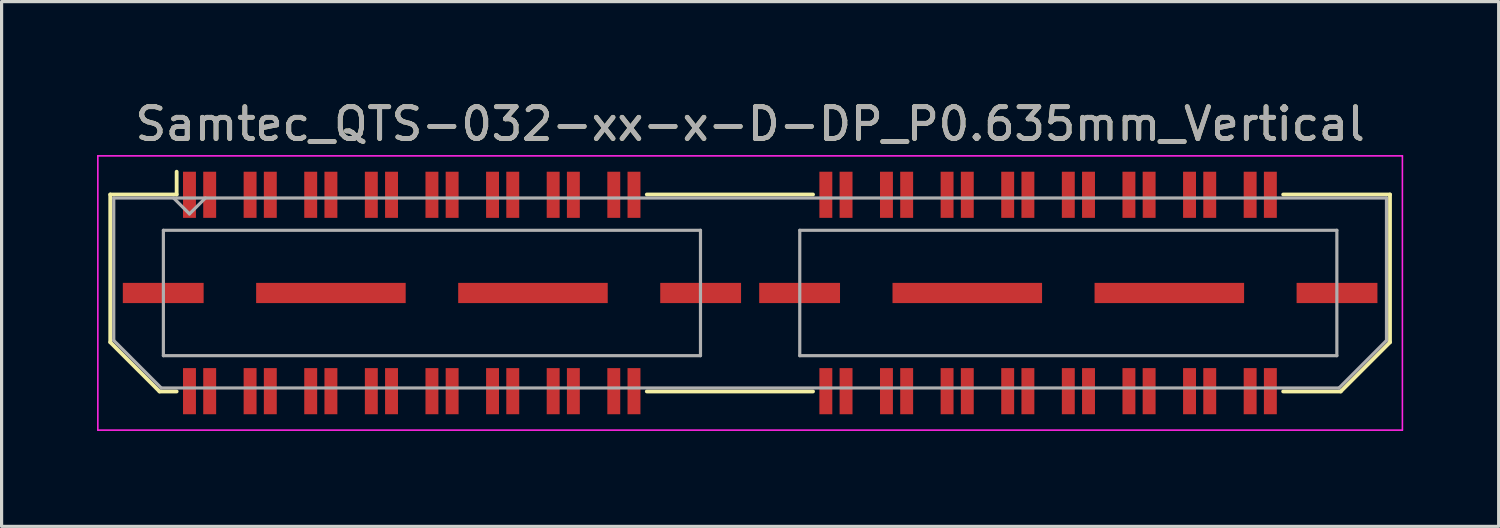
<source format=kicad_pcb>
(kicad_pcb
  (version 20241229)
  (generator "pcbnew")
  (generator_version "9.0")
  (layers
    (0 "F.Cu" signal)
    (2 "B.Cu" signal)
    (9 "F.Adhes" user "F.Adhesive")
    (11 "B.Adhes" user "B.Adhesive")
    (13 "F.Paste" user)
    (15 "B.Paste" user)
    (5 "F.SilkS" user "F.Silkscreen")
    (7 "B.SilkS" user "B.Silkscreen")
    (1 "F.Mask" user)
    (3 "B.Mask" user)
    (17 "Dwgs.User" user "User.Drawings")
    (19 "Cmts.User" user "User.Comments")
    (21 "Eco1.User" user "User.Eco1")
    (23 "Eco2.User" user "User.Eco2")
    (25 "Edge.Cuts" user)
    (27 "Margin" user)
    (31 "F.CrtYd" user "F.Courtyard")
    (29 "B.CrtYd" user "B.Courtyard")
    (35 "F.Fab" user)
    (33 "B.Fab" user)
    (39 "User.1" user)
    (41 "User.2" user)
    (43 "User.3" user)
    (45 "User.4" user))
  (footprint "Samtec_QTS-032-xx-x-D-DP_P0.635mm_Vertical"
    (layer "F.Cu")
    (at 20.525 6.158)
    (property "Reference" "Samtec_QTS-032-xx-x-D-DP_P0.635mm_Vertical" (at 0 -5.31 0) (layer "F.SilkS") (effects (font (size 1 1) (thickness 0.15))))
    (attr smd)
    (fp_line (start -20.11 -3.095) (end -20.11 1.548) (stroke (width 0.12) (type solid)) (layer "F.SilkS"))
    (fp_line (start -20.11 1.548) (end -18.562 3.095) (stroke (width 0.12) (type solid)) (layer "F.SilkS"))
    (fp_line (start -18.562 3.095) (end -18.023 3.095) (stroke (width 0.12) (type solid)) (layer "F.SilkS"))
    (fp_line (start -18.023 -3.811) (end -18.023 -3.095) (stroke (width 0.12) (type solid)) (layer "F.SilkS"))
    (fp_line (start -18.023 -3.095) (end -20.11 -3.095) (stroke (width 0.12) (type solid)) (layer "F.SilkS"))
    (fp_line (start -3.247 -3.095) (end 1.977 -3.095) (stroke (width 0.12) (type solid)) (layer "F.SilkS"))
    (fp_line (start -3.247 3.095) (end 1.977 3.095) (stroke (width 0.12) (type solid)) (layer "F.SilkS"))
    (fp_line (start 16.753 -3.095) (end 20.11 -3.095) (stroke (width 0.12) (type solid)) (layer "F.SilkS"))
    (fp_line (start 18.562 3.095) (end 16.753 3.095) (stroke (width 0.12) (type solid)) (layer "F.SilkS"))
    (fp_line (start 20.11 -3.095) (end 20.11 1.548) (stroke (width 0.12) (type solid)) (layer "F.SilkS"))
    (fp_line (start 20.11 1.548) (end 18.562 3.095) (stroke (width 0.12) (type solid)) (layer "F.SilkS"))
    (fp_line (start -20.5 -4.31) (end -20.5 4.31) (stroke (width 0.05) (type solid)) (layer "F.CrtYd"))
    (fp_line (start -20.5 4.31) (end 20.5 4.31) (stroke (width 0.05) (type solid)) (layer "F.CrtYd"))
    (fp_line (start 20.5 -4.31) (end -20.5 -4.31) (stroke (width 0.05) (type solid)) (layer "F.CrtYd"))
    (fp_line (start 20.5 4.31) (end 20.5 -4.31) (stroke (width 0.05) (type solid)) (layer "F.CrtYd"))
    (fp_line (start -20 -2.985) (end -20 1.492) (stroke (width 0.1) (type solid)) (layer "F.Fab"))
    (fp_line (start -20 -2.985) (end 20 -2.985) (stroke (width 0.1) (type solid)) (layer "F.Fab"))
    (fp_line (start -20 1.492) (end -18.508 2.985) (stroke (width 0.1) (type solid)) (layer "F.Fab"))
    (fp_line (start -18.508 2.985) (end 18.508 2.985) (stroke (width 0.1) (type solid)) (layer "F.Fab"))
    (fp_line (start -18.44 -1.97) (end -18.44 1.97) (stroke (width 0.1) (type solid)) (layer "F.Fab"))
    (fp_line (start -18.44 1.97) (end -1.56 1.97) (stroke (width 0.1) (type solid)) (layer "F.Fab"))
    (fp_line (start -17.62 -2.485) (end -18.12 -2.985) (stroke (width 0.1) (type solid)) (layer "F.Fab"))
    (fp_line (start -17.12 -2.985) (end -17.62 -2.485) (stroke (width 0.1) (type solid)) (layer "F.Fab"))
    (fp_line (start -1.56 -1.97) (end -18.44 -1.97) (stroke (width 0.1) (type solid)) (layer "F.Fab"))
    (fp_line (start -1.56 1.97) (end -1.56 -1.97) (stroke (width 0.1) (type solid)) (layer "F.Fab"))
    (fp_line (start 1.56 -1.97) (end 1.56 1.97) (stroke (width 0.1) (type solid)) (layer "F.Fab"))
    (fp_line (start 1.56 1.97) (end 18.44 1.97) (stroke (width 0.1) (type solid)) (layer "F.Fab"))
    (fp_line (start 18.44 -1.97) (end 1.56 -1.97) (stroke (width 0.1) (type solid)) (layer "F.Fab"))
    (fp_line (start 18.44 1.97) (end 18.44 -1.97) (stroke (width 0.1) (type solid)) (layer "F.Fab"))
    (fp_line (start 20 -2.985) (end 20 1.492) (stroke (width 0.1) (type solid)) (layer "F.Fab"))
    (fp_line (start 20 1.492) (end 18.508 2.985) (stroke (width 0.1) (type solid)) (layer "F.Fab"))
    (fp_text user "${REFERENCE}" (at 0 -5.31 0) (layer "F.Fab") (effects (font (size 1 1) (thickness 0.15))))
    (pad "1" smd rect (at -17.62 -3.086) (size 0.406 1.45) (layers "F.Cu" "F.Mask" "F.Paste"))
    (pad "2" smd rect (at -17.62 3.086) (size 0.406 1.45) (layers "F.Cu" "F.Mask" "F.Paste"))
    (pad "3" smd rect (at -16.985 -3.086) (size 0.406 1.45) (layers "F.Cu" "F.Mask" "F.Paste"))
    (pad "4" smd rect (at -16.985 3.086) (size 0.406 1.45) (layers "F.Cu" "F.Mask" "F.Paste"))
    (pad "5" smd rect (at -15.715 -3.086) (size 0.406 1.45) (layers "F.Cu" "F.Mask" "F.Paste"))
    (pad "6" smd rect (at -15.715 3.086) (size 0.406 1.45) (layers "F.Cu" "F.Mask" "F.Paste"))
    (pad "7" smd rect (at -15.08 -3.086) (size 0.406 1.45) (layers "F.Cu" "F.Mask" "F.Paste"))
    (pad "8" smd rect (at -15.08 3.086) (size 0.406 1.45) (layers "F.Cu" "F.Mask" "F.Paste"))
    (pad "9" smd rect (at -13.81 -3.086) (size 0.406 1.45) (layers "F.Cu" "F.Mask" "F.Paste"))
    (pad "10" smd rect (at -13.81 3.086) (size 0.406 1.45) (layers "F.Cu" "F.Mask" "F.Paste"))
    (pad "11" smd rect (at -13.175 -3.086) (size 0.406 1.45) (layers "F.Cu" "F.Mask" "F.Paste"))
    (pad "12" smd rect (at -13.175 3.086) (size 0.406 1.45) (layers "F.Cu" "F.Mask" "F.Paste"))
    (pad "13" smd rect (at -11.905 -3.086) (size 0.406 1.45) (layers "F.Cu" "F.Mask" "F.Paste"))
    (pad "14" smd rect (at -11.905 3.086) (size 0.406 1.45) (layers "F.Cu" "F.Mask" "F.Paste"))
    (pad "15" smd rect (at -11.27 -3.086) (size 0.406 1.45) (layers "F.Cu" "F.Mask" "F.Paste"))
    (pad "16" smd rect (at -11.27 3.086) (size 0.406 1.45) (layers "F.Cu" "F.Mask" "F.Paste"))
    (pad "17" smd rect (at -10 -3.086) (size 0.406 1.45) (layers "F.Cu" "F.Mask" "F.Paste"))
    (pad "18" smd rect (at -10 3.086) (size 0.406 1.45) (layers "F.Cu" "F.Mask" "F.Paste"))
    (pad "19" smd rect (at -9.365 -3.086) (size 0.406 1.45) (layers "F.Cu" "F.Mask" "F.Paste"))
    (pad "20" smd rect (at -9.365 3.086) (size 0.406 1.45) (layers "F.Cu" "F.Mask" "F.Paste"))
    (pad "21" smd rect (at -8.095 -3.086) (size 0.406 1.45) (layers "F.Cu" "F.Mask" "F.Paste"))
    (pad "22" smd rect (at -8.095 3.086) (size 0.406 1.45) (layers "F.Cu" "F.Mask" "F.Paste"))
    (pad "23" smd rect (at -7.46 -3.086) (size 0.406 1.45) (layers "F.Cu" "F.Mask" "F.Paste"))
    (pad "24" smd rect (at -7.46 3.086) (size 0.406 1.45) (layers "F.Cu" "F.Mask" "F.Paste"))
    (pad "25" smd rect (at -6.19 -3.086) (size 0.406 1.45) (layers "F.Cu" "F.Mask" "F.Paste"))
    (pad "26" smd rect (at -6.19 3.086) (size 0.406 1.45) (layers "F.Cu" "F.Mask" "F.Paste"))
    (pad "27" smd rect (at -5.555 -3.086) (size 0.406 1.45) (layers "F.Cu" "F.Mask" "F.Paste"))
    (pad "28" smd rect (at -5.555 3.086) (size 0.406 1.45) (layers "F.Cu" "F.Mask" "F.Paste"))
    (pad "29" smd rect (at -4.285 -3.086) (size 0.406 1.45) (layers "F.Cu" "F.Mask" "F.Paste"))
    (pad "30" smd rect (at -4.285 3.086) (size 0.406 1.45) (layers "F.Cu" "F.Mask" "F.Paste"))
    (pad "31" smd rect (at -3.65 -3.086) (size 0.406 1.45) (layers "F.Cu" "F.Mask" "F.Paste"))
    (pad "32" smd rect (at -3.65 3.086) (size 0.406 1.45) (layers "F.Cu" "F.Mask" "F.Paste"))
    (pad "33" smd rect (at 2.38 -3.086) (size 0.406 1.45) (layers "F.Cu" "F.Mask" "F.Paste"))
    (pad "34" smd rect (at 2.38 3.086) (size 0.406 1.45) (layers "F.Cu" "F.Mask" "F.Paste"))
    (pad "35" smd rect (at 3.015 -3.086) (size 0.406 1.45) (layers "F.Cu" "F.Mask" "F.Paste"))
    (pad "36" smd rect (at 3.015 3.086) (size 0.406 1.45) (layers "F.Cu" "F.Mask" "F.Paste"))
    (pad "37" smd rect (at 4.285 -3.086) (size 0.406 1.45) (layers "F.Cu" "F.Mask" "F.Paste"))
    (pad "38" smd rect (at 4.285 3.086) (size 0.406 1.45) (layers "F.Cu" "F.Mask" "F.Paste"))
    (pad "39" smd rect (at 4.92 -3.086) (size 0.406 1.45) (layers "F.Cu" "F.Mask" "F.Paste"))
    (pad "40" smd rect (at 4.92 3.086) (size 0.406 1.45) (layers "F.Cu" "F.Mask" "F.Paste"))
    (pad "41" smd rect (at 6.19 -3.086) (size 0.406 1.45) (layers "F.Cu" "F.Mask" "F.Paste"))
    (pad "42" smd rect (at 6.19 3.086) (size 0.406 1.45) (layers "F.Cu" "F.Mask" "F.Paste"))
    (pad "43" smd rect (at 6.825 -3.086) (size 0.406 1.45) (layers "F.Cu" "F.Mask" "F.Paste"))
    (pad "44" smd rect (at 6.825 3.086) (size 0.406 1.45) (layers "F.Cu" "F.Mask" "F.Paste"))
    (pad "45" smd rect (at 8.095 -3.086) (size 0.406 1.45) (layers "F.Cu" "F.Mask" "F.Paste"))
    (pad "46" smd rect (at 8.095 3.086) (size 0.406 1.45) (layers "F.Cu" "F.Mask" "F.Paste"))
    (pad "47" smd rect (at 8.73 -3.086) (size 0.406 1.45) (layers "F.Cu" "F.Mask" "F.Paste"))
    (pad "48" smd rect (at 8.73 3.086) (size 0.406 1.45) (layers "F.Cu" "F.Mask" "F.Paste"))
    (pad "49" smd rect (at 10 -3.086) (size 0.406 1.45) (layers "F.Cu" "F.Mask" "F.Paste"))
    (pad "50" smd rect (at 10 3.086) (size 0.406 1.45) (layers "F.Cu" "F.Mask" "F.Paste"))
    (pad "51" smd rect (at 10.635 -3.086) (size 0.406 1.45) (layers "F.Cu" "F.Mask" "F.Paste"))
    (pad "52" smd rect (at 10.635 3.086) (size 0.406 1.45) (layers "F.Cu" "F.Mask" "F.Paste"))
    (pad "53" smd rect (at 11.905 -3.086) (size 0.406 1.45) (layers "F.Cu" "F.Mask" "F.Paste"))
    (pad "54" smd rect (at 11.905 3.086) (size 0.406 1.45) (layers "F.Cu" "F.Mask" "F.Paste"))
    (pad "55" smd rect (at 12.54 -3.086) (size 0.406 1.45) (layers "F.Cu" "F.Mask" "F.Paste"))
    (pad "56" smd rect (at 12.54 3.086) (size 0.406 1.45) (layers "F.Cu" "F.Mask" "F.Paste"))
    (pad "57" smd rect (at 13.81 -3.086) (size 0.406 1.45) (layers "F.Cu" "F.Mask" "F.Paste"))
    (pad "58" smd rect (at 13.81 3.086) (size 0.406 1.45) (layers "F.Cu" "F.Mask" "F.Paste"))
    (pad "59" smd rect (at 14.445 -3.086) (size 0.406 1.45) (layers "F.Cu" "F.Mask" "F.Paste"))
    (pad "60" smd rect (at 14.445 3.086) (size 0.406 1.45) (layers "F.Cu" "F.Mask" "F.Paste"))
    (pad "61" smd rect (at 15.715 -3.086) (size 0.406 1.45) (layers "F.Cu" "F.Mask" "F.Paste"))
    (pad "62" smd rect (at 15.715 3.086) (size 0.406 1.45) (layers "F.Cu" "F.Mask" "F.Paste"))
    (pad "63" smd rect (at 16.35 -3.086) (size 0.406 1.45) (layers "F.Cu" "F.Mask" "F.Paste"))
    (pad "64" smd rect (at 16.35 3.086) (size 0.406 1.45) (layers "F.Cu" "F.Mask" "F.Paste"))
    (pad "P1" smd rect (at -18.445 0) (size 2.54 0.635) (layers "F.Cu" "F.Mask" "F.Paste"))
    (pad "P1" smd rect (at -13.175 0) (size 4.7 0.635) (layers "F.Cu" "F.Mask" "F.Paste"))
    (pad "P1" smd rect (at -6.825 0) (size 4.7 0.635) (layers "F.Cu" "F.Mask" "F.Paste"))
    (pad "P1" smd rect (at -1.555 0) (size 2.54 0.635) (layers "F.Cu" "F.Mask" "F.Paste"))
    (pad "P2" smd rect (at 1.555 0) (size 2.54 0.635) (layers "F.Cu" "F.Mask" "F.Paste"))
    (pad "P2" smd rect (at 6.825 0) (size 4.7 0.635) (layers "F.Cu" "F.Mask" "F.Paste"))
    (pad "P2" smd rect (at 13.175 0) (size 4.7 0.635) (layers "F.Cu" "F.Mask" "F.Paste"))
    (pad "P2" smd rect (at 18.445 0) (size 2.54 0.635) (layers "F.Cu" "F.Mask" "F.Paste")))
  (gr_rect
    (start -3 -3)
    (end 44.05 13.493)
    (stroke (width 0.1) (type default))
    (fill no)
    (layer "Edge.Cuts")))
</source>
